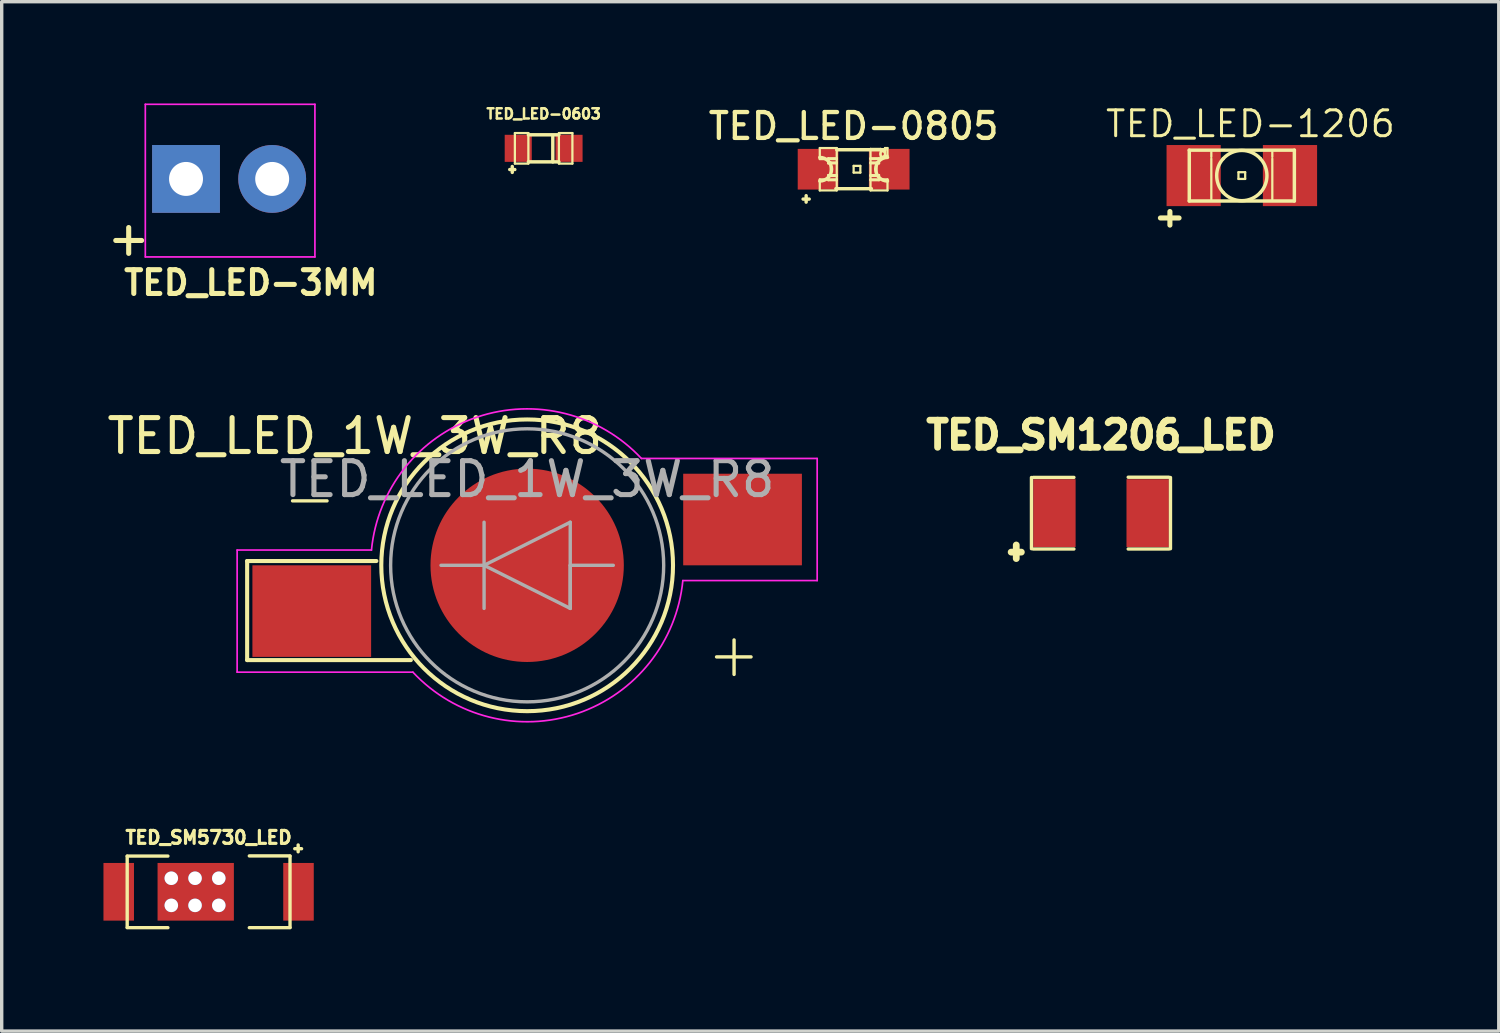
<source format=kicad_pcb>
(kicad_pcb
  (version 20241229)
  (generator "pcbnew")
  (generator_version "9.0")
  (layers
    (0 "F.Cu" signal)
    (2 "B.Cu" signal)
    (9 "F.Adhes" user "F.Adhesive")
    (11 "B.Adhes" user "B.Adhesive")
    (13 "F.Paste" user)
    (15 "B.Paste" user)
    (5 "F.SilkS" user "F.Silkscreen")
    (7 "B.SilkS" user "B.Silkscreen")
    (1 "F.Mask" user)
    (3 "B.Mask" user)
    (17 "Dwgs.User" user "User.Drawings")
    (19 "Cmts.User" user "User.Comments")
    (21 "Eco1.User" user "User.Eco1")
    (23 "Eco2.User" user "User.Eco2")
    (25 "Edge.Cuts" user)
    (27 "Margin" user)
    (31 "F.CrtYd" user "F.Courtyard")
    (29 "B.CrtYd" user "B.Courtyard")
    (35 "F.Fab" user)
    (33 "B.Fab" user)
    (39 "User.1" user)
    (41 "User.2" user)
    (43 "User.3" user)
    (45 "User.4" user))
  (footprint "TED_SM1206_LED"
    (layer "F.Cu")
    (at 29.41 12.077)
    (property "Reference" "TED_SM1206_LED" (at 0 -2.3 0) (layer "F.SilkS") (effects (font (size 0.8 0.8) (thickness 0.2))))
    (attr smd)
    (fp_line (start -2.65 1.15) (end -2.35 1.15) (stroke (width 0.2) (type solid)) (layer "F.SilkS"))
    (fp_line (start -2.5 0.94) (end -2.5 1.34) (stroke (width 0.2) (type solid)) (layer "F.SilkS"))
    (fp_line (start -2.052 1.05) (end -2.052 -1.05) (stroke (width 0.099) (type solid)) (layer "F.SilkS"))
    (fp_line (start -2 -1.053) (end -0.8 -1.053) (stroke (width 0.099) (type solid)) (layer "F.SilkS"))
    (fp_line (start -0.8 1.058) (end -2 1.058) (stroke (width 0.099) (type solid)) (layer "F.SilkS"))
    (fp_line (start 0.8 -1.058) (end 2 -1.058) (stroke (width 0.099) (type solid)) (layer "F.SilkS"))
    (fp_line (start 2 1.058) (end 0.8 1.058) (stroke (width 0.099) (type solid)) (layer "F.SilkS"))
    (fp_line (start 2.047 -1.05) (end 2.047 1.05) (stroke (width 0.099) (type solid)) (layer "F.SilkS"))
    (pad "1" smd rect (at -1.375 0) (size 1.25 2) (layers "F.Cu" "F.Mask" "F.Paste"))
    (pad "2" smd rect (at 1.375 0) (size 1.25 2) (layers "F.Cu" "F.Mask" "F.Paste")))
  (footprint "TED_LED_1W_3W_R8"
    (layer "F.Cu")
    (at 12.491 13.616)
    (property "Reference" "TED_LED_1W_3W_R8" (at -5.08 -3.81 0) (layer "F.SilkS") (effects (font (size 1 1) (thickness 0.15))))
    (attr smd)
    (fp_line (start -8.255 -0.127) (end -8.255 2.794) (stroke (width 0.12) (type solid)) (layer "F.SilkS"))
    (fp_line (start -8.255 2.794) (end -3.429 2.794) (stroke (width 0.12) (type solid)) (layer "F.SilkS"))
    (fp_line (start -6.916 -1.9) (end -5.9 -1.9) (stroke (width 0.1) (type solid)) (layer "F.SilkS"))
    (fp_line (start -4.445 -0.127) (end -8.255 -0.127) (stroke (width 0.12) (type solid)) (layer "F.SilkS"))
    (fp_line (start 5.584 2.7) (end 6.6 2.7) (stroke (width 0.1) (type solid)) (layer "F.SilkS"))
    (fp_line (start 6.1 3.216) (end 6.1 2.2) (stroke (width 0.1) (type solid)) (layer "F.SilkS"))
    (fp_circle (center 0 0) (end -4.3 0) (stroke (width 0.12) (type solid)) (fill no) (layer "F.SilkS"))
    (fp_line (start -8.55 -0.45) (end -8.55 3.15) (stroke (width 0.05) (type solid)) (layer "F.CrtYd"))
    (fp_line (start -8.55 3.15) (end -3.37 3.15) (stroke (width 0.05) (type solid)) (layer "F.CrtYd"))
    (fp_line (start -4.59 -0.45) (end -8.55 -0.45) (stroke (width 0.05) (type solid)) (layer "F.CrtYd"))
    (fp_line (start 3.37 -3.15) (end 8.55 -3.15) (stroke (width 0.05) (type solid)) (layer "F.CrtYd"))
    (fp_line (start 8.55 -3.15) (end 8.55 0.45) (stroke (width 0.05) (type solid)) (layer "F.CrtYd"))
    (fp_line (start 8.55 0.45) (end 4.59 0.45) (stroke (width 0.05) (type solid)) (layer "F.CrtYd"))
    (fp_arc (start -4.59 -0.45) (mid -1.481265 -4.36766) (end 3.369303 -3.149349) (stroke (width 0.05) (type solid)) (layer "F.CrtYd"))
    (fp_arc (start 4.59 0.45) (mid 1.481265 4.36766) (end -3.369303 3.149349) (stroke (width 0.05) (type solid)) (layer "F.CrtYd"))
    (fp_line (start -2.54 0) (end -1.27 0) (stroke (width 0.1) (type solid)) (layer "F.Fab"))
    (fp_line (start -1.27 -1.27) (end -1.27 1.27) (stroke (width 0.1) (type solid)) (layer "F.Fab"))
    (fp_line (start -1.27 0) (end 1.27 -1.27) (stroke (width 0.1) (type solid)) (layer "F.Fab"))
    (fp_line (start -1.27 0) (end 1.27 1.27) (stroke (width 0.1) (type solid)) (layer "F.Fab"))
    (fp_line (start 1.27 -1.27) (end 1.27 1.27) (stroke (width 0.1) (type solid)) (layer "F.Fab"))
    (fp_line (start 1.27 0) (end 2.54 0) (stroke (width 0.1) (type solid)) (layer "F.Fab"))
    (fp_line (start 1.27 1.27) (end 1.27 0) (stroke (width 0.1) (type solid)) (layer "F.Fab"))
    (fp_circle (center 0 0) (end 4.025 0) (stroke (width 0.1) (type solid)) (fill no) (layer "F.Fab"))
    (fp_text user "${REFERENCE}" (at 0 -2.54 0) (layer "F.Fab") (effects (font (size 1 1) (thickness 0.15))))
    (pad "1" smd rect (at 6.35 -1.35) (size 3.5 2.7) (layers "F.Cu" "F.Mask" "F.Paste"))
    (pad "2" smd rect (at -6.35 1.35) (size 3.5 2.7) (layers "F.Cu" "F.Mask" "F.Paste"))
    (pad "3" smd circle (at 0 0) (size 5.7 5.7) (layers "F.Cu" "F.Mask" "F.Paste")))
  (footprint "TED_LED-1206"
    (layer "F.Cu")
    (at 33.56 2.126)
    (property "Reference" "TED_LED-1206" (at 0.254 -1.524 0) (layer "F.SilkS") (effects (font (size 0.762 0.762) (thickness 0.089))))
    (attr smd)
    (fp_line (start -2.12 1.06) (end -2.12 1.46) (stroke (width 0.15) (type solid)) (layer "F.SilkS"))
    (fp_line (start -1.85 1.25) (end -2.4 1.25) (stroke (width 0.15) (type solid)) (layer "F.SilkS"))
    (fp_line (start -1.549 -0.749) (end 1.549 -0.749) (stroke (width 0.102) (type solid)) (layer "F.SilkS"))
    (fp_line (start -1.549 0.749) (end -1.549 -0.749) (stroke (width 0.102) (type solid)) (layer "F.SilkS"))
    (fp_line (start -0.899 -0.549) (end -0.899 -0.699) (stroke (width 0.066) (type solid)) (layer "F.SilkS"))
    (fp_line (start -0.899 0.699) (end -0.899 -0.498) (stroke (width 0.066) (type solid)) (layer "F.SilkS"))
    (fp_line (start -0.099 -0.099) (end 0.099 -0.099) (stroke (width 0.066) (type solid)) (layer "F.SilkS"))
    (fp_line (start -0.099 0.099) (end -0.099 -0.099) (stroke (width 0.066) (type solid)) (layer "F.SilkS"))
    (fp_line (start -0.099 0.099) (end 0.099 0.099) (stroke (width 0.066) (type solid)) (layer "F.SilkS"))
    (fp_line (start 0.099 0.099) (end 0.099 -0.099) (stroke (width 0.066) (type solid)) (layer "F.SilkS"))
    (fp_line (start 0.899 -0.549) (end 0.899 -0.699) (stroke (width 0.066) (type solid)) (layer "F.SilkS"))
    (fp_line (start 0.899 0.699) (end 0.899 -0.498) (stroke (width 0.066) (type solid)) (layer "F.SilkS"))
    (fp_line (start 1.549 -0.749) (end 1.549 0.749) (stroke (width 0.102) (type solid)) (layer "F.SilkS"))
    (fp_line (start 1.549 0.749) (end -1.549 0.749) (stroke (width 0.102) (type solid)) (layer "F.SilkS"))
    (fp_arc (start -0.54864 -0.49784) (mid -0.001024 -0.740844) (end 0.547262 -0.499354) (stroke (width 0.1016) (type solid)) (layer "F.SilkS"))
    (fp_arc (start -0.54864 0.49784) (mid -0.740844 -0.000377) (end -0.548133 -0.498398) (stroke (width 0.1016) (type solid)) (layer "F.SilkS"))
    (fp_arc (start 0.54864 -0.49784) (mid 0.740844 0.000377) (end 0.548133 0.498398) (stroke (width 0.1016) (type solid)) (layer "F.SilkS"))
    (fp_arc (start 0.54864 0.49784) (mid 0.001024 0.740844) (end -0.547262 0.499354) (stroke (width 0.1016) (type solid)) (layer "F.SilkS"))
    (pad "1" smd rect (at -1.42 0) (size 1.598 1.801) (layers "F.Cu" "F.Mask" "F.Paste"))
    (pad "2" smd rect (at 1.42 0) (size 1.598 1.801) (layers "F.Cu" "F.Mask" "F.Paste")))
  (footprint "TED_SM5730_LED"
    (layer "F.Cu")
    (at 3.1 23.241)
    (property "Reference" "TED_SM5730_LED" (at 0 -1.6 0) (layer "F.SilkS") (effects (font (size 0.381 0.381) (thickness 0.094))))
    (attr smd)
    (fp_line (start -2.4 -1.053) (end -1.2 -1.053) (stroke (width 0.099) (type solid)) (layer "F.SilkS"))
    (fp_line (start -2.4 1.05) (end -2.4 -1.05) (stroke (width 0.099) (type solid)) (layer "F.SilkS"))
    (fp_line (start -1.2 1.058) (end -2.4 1.058) (stroke (width 0.099) (type solid)) (layer "F.SilkS"))
    (fp_line (start 1.2 -1.058) (end 2.4 -1.058) (stroke (width 0.099) (type solid)) (layer "F.SilkS"))
    (fp_line (start 2.4 -1.05) (end 2.4 1.05) (stroke (width 0.099) (type solid)) (layer "F.SilkS"))
    (fp_line (start 2.4 1.058) (end 1.2 1.058) (stroke (width 0.099) (type solid)) (layer "F.SilkS"))
    (fp_line (start 2.54 -1.27) (end 2.74 -1.27) (stroke (width 0.1) (type solid)) (layer "F.SilkS"))
    (fp_line (start 2.64 -1.38) (end 2.64 -1.18) (stroke (width 0.1) (type solid)) (layer "F.SilkS"))
    (pad "1" smd rect (at 2.65 0) (size 0.9 1.7) (layers "F.Cu" "F.Mask" "F.Paste"))
    (pad "2" smd rect (at -2.65 0) (size 0.9 1.7) (layers "F.Cu" "F.Mask" "F.Paste"))
    (pad "PAD" thru_hole circle (at -1.1 -0.4) (size 0.4 0.4) (drill 0.4) (layers "*.Cu"))
    (pad "PAD" thru_hole circle (at -1.1 0.4) (size 0.4 0.4) (drill 0.4) (layers "*.Cu"))
    (pad "PAD" thru_hole circle (at -0.4 -0.4) (size 0.4 0.4) (drill 0.4) (layers "*.Cu"))
    (pad "PAD" thru_hole circle (at -0.4 0.4) (size 0.4 0.4) (drill 0.4) (layers "*.Cu"))
    (pad "PAD" smd rect (at -0.38 0) (size 2.25 1.7) (layers "F.Cu" "F.Mask" "F.Paste"))
    (pad "PAD" thru_hole circle (at 0.3 -0.4) (size 0.4 0.4) (drill 0.4) (layers "*.Cu"))
    (pad "PAD" thru_hole circle (at 0.3 0.4) (size 0.4 0.4) (drill 0.4) (layers "*.Cu")))
  (footprint "TED_LED-0603"
    (layer "F.Cu")
    (at 12.977 1.323)
    (property "Reference" "TED_LED-0603" (at 0 -1.016 0) (layer "F.SilkS") (effects (font (size 0.3 0.3) (thickness 0.075))))
    (attr smd)
    (fp_line (start -1 0.625) (end -0.85 0.625) (stroke (width 0.1) (type solid)) (layer "F.SilkS"))
    (fp_line (start -0.925 0.535) (end -0.925 0.71) (stroke (width 0.1) (type solid)) (layer "F.SilkS"))
    (fp_line (start -0.848 -0.45) (end -0.848 0.45) (stroke (width 0.066) (type solid)) (layer "F.SilkS"))
    (fp_line (start -0.848 -0.45) (end -0.45 -0.45) (stroke (width 0.066) (type solid)) (layer "F.SilkS"))
    (fp_line (start -0.848 0.45) (end -0.45 0.45) (stroke (width 0.066) (type solid)) (layer "F.SilkS"))
    (fp_line (start -0.45 -0.45) (end -0.45 0.45) (stroke (width 0.066) (type solid)) (layer "F.SilkS"))
    (fp_line (start 0.27 -0.35) (end 0.27 0.4) (stroke (width 0.1) (type solid)) (layer "F.SilkS"))
    (fp_line (start 0.45 -0.45) (end 0.45 0.45) (stroke (width 0.066) (type solid)) (layer "F.SilkS"))
    (fp_line (start 0.45 -0.45) (end 0.848 -0.45) (stroke (width 0.066) (type solid)) (layer "F.SilkS"))
    (fp_line (start 0.45 -0.399) (end -0.45 -0.399) (stroke (width 0.102) (type solid)) (layer "F.SilkS"))
    (fp_line (start 0.45 0.399) (end -0.45 0.399) (stroke (width 0.102) (type solid)) (layer "F.SilkS"))
    (fp_line (start 0.45 0.45) (end 0.848 0.45) (stroke (width 0.066) (type solid)) (layer "F.SilkS"))
    (fp_line (start 0.848 -0.45) (end 0.848 0.45) (stroke (width 0.066) (type solid)) (layer "F.SilkS"))
    (pad "1" smd rect (at -0.749 0) (size 0.798 0.798) (layers "F.Cu" "F.Mask" "F.Paste"))
    (pad "2" smd rect (at 0.749 0) (size 0.798 0.798) (layers "F.Cu" "F.Mask" "F.Paste")))
  (footprint "TED_LED-3MM"
    (layer "F.Cu")
    (at 2.434 2.225)
    (property "Reference" "TED_LED-3MM" (at 1.91 3.06 0) (layer "F.SilkS") (effects (font (size 0.7 0.7) (thickness 0.15))))
    (attr through_hole)
    (fp_line (start -1.2 -2.2) (end -1.2 2.3) (stroke (width 0.05) (type solid)) (layer "F.CrtYd"))
    (fp_line (start -1.2 2.3) (end 3.8 2.3) (stroke (width 0.05) (type solid)) (layer "F.CrtYd"))
    (fp_line (start 3.8 -2.2) (end -1.2 -2.2) (stroke (width 0.05) (type solid)) (layer "F.CrtYd"))
    (fp_line (start 3.8 2.3) (end 3.8 -2.2) (stroke (width 0.05) (type solid)) (layer "F.CrtYd"))
    (fp_text user "+" (at -1.69 1.74 0) (layer "F.SilkS") (effects (font (size 1 1) (thickness 0.15))))
    (pad "1" thru_hole rect (at 0 0 90) (size 2 2) (drill 1.001) (layers "*.Cu" "*.Mask"))
    (pad "2" thru_hole circle (at 2.54 0) (size 2 2) (drill 1.001) (layers "*.Cu" "*.Mask")))
  (footprint "TED_LED-0805"
    (layer "F.Cu")
    (at 22.116 1.939)
    (property "Reference" "TED_LED-0805" (at 0 -1.27 0) (layer "F.SilkS") (effects (font (size 0.762 0.762) (thickness 0.127))))
    (attr smd)
    (fp_line (start -1.49 0.88) (end -1.31 0.88) (stroke (width 0.1) (type solid)) (layer "F.SilkS"))
    (fp_line (start -1.4 0.78) (end -1.4 0.97) (stroke (width 0.1) (type solid)) (layer "F.SilkS"))
    (fp_line (start -0.998 -0.625) (end -0.998 -0.3) (stroke (width 0.066) (type solid)) (layer "F.SilkS"))
    (fp_line (start -0.998 -0.625) (end -0.498 -0.625) (stroke (width 0.066) (type solid)) (layer "F.SilkS"))
    (fp_line (start -0.998 -0.3) (end -0.498 -0.3) (stroke (width 0.066) (type solid)) (layer "F.SilkS"))
    (fp_line (start -0.998 0.3) (end -0.998 0.625) (stroke (width 0.066) (type solid)) (layer "F.SilkS"))
    (fp_line (start -0.998 0.3) (end -0.498 0.3) (stroke (width 0.066) (type solid)) (layer "F.SilkS"))
    (fp_line (start -0.998 0.625) (end -0.498 0.625) (stroke (width 0.066) (type solid)) (layer "F.SilkS"))
    (fp_line (start -0.749 -0.323) (end -0.749 -0.173) (stroke (width 0.066) (type solid)) (layer "F.SilkS"))
    (fp_line (start -0.749 -0.323) (end -0.498 -0.323) (stroke (width 0.066) (type solid)) (layer "F.SilkS"))
    (fp_line (start -0.749 -0.173) (end -0.498 -0.173) (stroke (width 0.066) (type solid)) (layer "F.SilkS"))
    (fp_line (start -0.749 0.173) (end -0.749 0.323) (stroke (width 0.066) (type solid)) (layer "F.SilkS"))
    (fp_line (start -0.749 0.173) (end -0.498 0.173) (stroke (width 0.066) (type solid)) (layer "F.SilkS"))
    (fp_line (start -0.749 0.323) (end -0.498 0.323) (stroke (width 0.066) (type solid)) (layer "F.SilkS"))
    (fp_line (start -0.673 -0.198) (end -0.673 0.198) (stroke (width 0.066) (type solid)) (layer "F.SilkS"))
    (fp_line (start -0.673 -0.198) (end -0.498 -0.198) (stroke (width 0.066) (type solid)) (layer "F.SilkS"))
    (fp_line (start -0.673 0.198) (end -0.498 0.198) (stroke (width 0.066) (type solid)) (layer "F.SilkS"))
    (fp_line (start -0.498 -0.625) (end -0.498 -0.3) (stroke (width 0.066) (type solid)) (layer "F.SilkS"))
    (fp_line (start -0.498 -0.574) (end 0.925 -0.574) (stroke (width 0.102) (type solid)) (layer "F.SilkS"))
    (fp_line (start -0.498 -0.323) (end -0.498 -0.173) (stroke (width 0.066) (type solid)) (layer "F.SilkS"))
    (fp_line (start -0.498 -0.198) (end -0.498 0.198) (stroke (width 0.066) (type solid)) (layer "F.SilkS"))
    (fp_line (start -0.498 0.173) (end -0.498 0.323) (stroke (width 0.066) (type solid)) (layer "F.SilkS"))
    (fp_line (start -0.498 0.3) (end -0.498 0.625) (stroke (width 0.066) (type solid)) (layer "F.SilkS"))
    (fp_line (start 0 -0.099) (end 0 0.099) (stroke (width 0.066) (type solid)) (layer "F.SilkS"))
    (fp_line (start 0 -0.099) (end 0.198 -0.099) (stroke (width 0.066) (type solid)) (layer "F.SilkS"))
    (fp_line (start 0 0.099) (end 0.198 0.099) (stroke (width 0.066) (type solid)) (layer "F.SilkS"))
    (fp_line (start 0.198 -0.099) (end 0.198 0.099) (stroke (width 0.066) (type solid)) (layer "F.SilkS"))
    (fp_line (start 0.498 -0.599) (end 0.498 -0.3) (stroke (width 0.066) (type solid)) (layer "F.SilkS"))
    (fp_line (start 0.498 -0.599) (end 0.798 -0.599) (stroke (width 0.066) (type solid)) (layer "F.SilkS"))
    (fp_line (start 0.498 -0.323) (end 0.498 -0.173) (stroke (width 0.066) (type solid)) (layer "F.SilkS"))
    (fp_line (start 0.498 -0.323) (end 0.749 -0.323) (stroke (width 0.066) (type solid)) (layer "F.SilkS"))
    (fp_line (start 0.498 -0.3) (end 0.798 -0.3) (stroke (width 0.066) (type solid)) (layer "F.SilkS"))
    (fp_line (start 0.498 -0.198) (end 0.498 0.198) (stroke (width 0.066) (type solid)) (layer "F.SilkS"))
    (fp_line (start 0.498 -0.198) (end 0.673 -0.198) (stroke (width 0.066) (type solid)) (layer "F.SilkS"))
    (fp_line (start 0.498 -0.173) (end 0.749 -0.173) (stroke (width 0.066) (type solid)) (layer "F.SilkS"))
    (fp_line (start 0.498 0.173) (end 0.498 0.323) (stroke (width 0.066) (type solid)) (layer "F.SilkS"))
    (fp_line (start 0.498 0.173) (end 0.749 0.173) (stroke (width 0.066) (type solid)) (layer "F.SilkS"))
    (fp_line (start 0.498 0.198) (end 0.673 0.198) (stroke (width 0.066) (type solid)) (layer "F.SilkS"))
    (fp_line (start 0.498 0.3) (end 0.498 0.625) (stroke (width 0.066) (type solid)) (layer "F.SilkS"))
    (fp_line (start 0.498 0.3) (end 0.998 0.3) (stroke (width 0.066) (type solid)) (layer "F.SilkS"))
    (fp_line (start 0.498 0.323) (end 0.749 0.323) (stroke (width 0.066) (type solid)) (layer "F.SilkS"))
    (fp_line (start 0.498 0.625) (end 0.998 0.625) (stroke (width 0.066) (type solid)) (layer "F.SilkS"))
    (fp_line (start 0.523 0.574) (end -0.523 0.574) (stroke (width 0.102) (type solid)) (layer "F.SilkS"))
    (fp_line (start 0.673 -0.198) (end 0.673 0.198) (stroke (width 0.066) (type solid)) (layer "F.SilkS"))
    (fp_line (start 0.749 -0.323) (end 0.749 -0.173) (stroke (width 0.066) (type solid)) (layer "F.SilkS"))
    (fp_line (start 0.749 0.173) (end 0.749 0.323) (stroke (width 0.066) (type solid)) (layer "F.SilkS"))
    (fp_line (start 0.798 -0.599) (end 0.798 -0.3) (stroke (width 0.066) (type solid)) (layer "F.SilkS"))
    (fp_line (start 0.925 -0.625) (end 0.925 -0.399) (stroke (width 0.066) (type solid)) (layer "F.SilkS"))
    (fp_line (start 0.925 -0.625) (end 0.998 -0.625) (stroke (width 0.066) (type solid)) (layer "F.SilkS"))
    (fp_line (start 0.925 -0.399) (end 0.998 -0.399) (stroke (width 0.066) (type solid)) (layer "F.SilkS"))
    (fp_line (start 0.998 -0.625) (end 0.998 -0.399) (stroke (width 0.066) (type solid)) (layer "F.SilkS"))
    (fp_line (start 0.998 0.3) (end 0.998 0.625) (stroke (width 0.066) (type solid)) (layer "F.SilkS"))
    (fp_arc (start -0.99822 -0.34798) (mid -0.65024 0) (end -0.99822 0.34798) (stroke (width 0.1016) (type solid)) (layer "F.SilkS"))
    (fp_arc (start 0.99822 0.34798) (mid 0.65024 0) (end 0.99822 -0.34798) (stroke (width 0.1016) (type solid)) (layer "F.SilkS"))
    (fp_circle (center 0.848 -0.45) (end 0.899 -0.5) (stroke (width 0.051) (type solid)) (fill no) (layer "F.SilkS"))
    (pad "1" smd rect (at -1.049 0) (size 1.199 1.199) (layers "F.Cu" "F.Mask" "F.Paste"))
    (pad "2" smd rect (at 1.049 0) (size 1.199 1.199) (layers "F.Cu" "F.Mask" "F.Paste")))
  (gr_rect
    (start -3 -3)
    (end 41.135 27.348)
    (stroke (width 0.1) (type default))
    (fill no)
    (layer "Edge.Cuts")))
</source>
